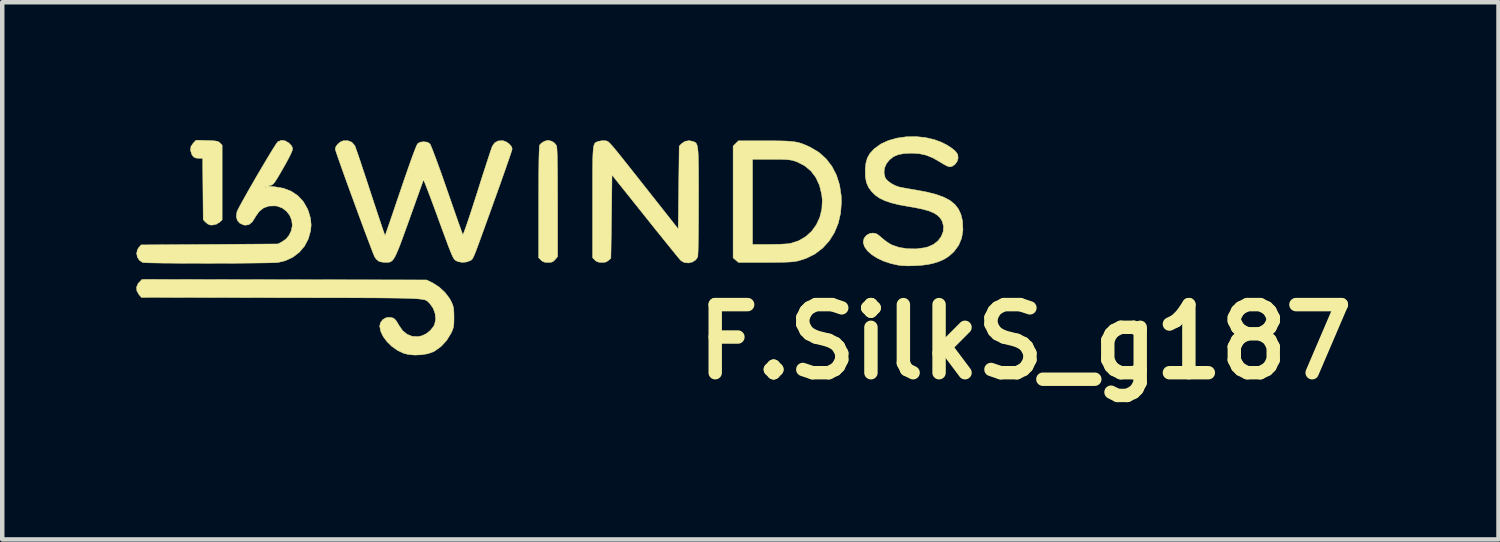
<source format=kicad_pcb>
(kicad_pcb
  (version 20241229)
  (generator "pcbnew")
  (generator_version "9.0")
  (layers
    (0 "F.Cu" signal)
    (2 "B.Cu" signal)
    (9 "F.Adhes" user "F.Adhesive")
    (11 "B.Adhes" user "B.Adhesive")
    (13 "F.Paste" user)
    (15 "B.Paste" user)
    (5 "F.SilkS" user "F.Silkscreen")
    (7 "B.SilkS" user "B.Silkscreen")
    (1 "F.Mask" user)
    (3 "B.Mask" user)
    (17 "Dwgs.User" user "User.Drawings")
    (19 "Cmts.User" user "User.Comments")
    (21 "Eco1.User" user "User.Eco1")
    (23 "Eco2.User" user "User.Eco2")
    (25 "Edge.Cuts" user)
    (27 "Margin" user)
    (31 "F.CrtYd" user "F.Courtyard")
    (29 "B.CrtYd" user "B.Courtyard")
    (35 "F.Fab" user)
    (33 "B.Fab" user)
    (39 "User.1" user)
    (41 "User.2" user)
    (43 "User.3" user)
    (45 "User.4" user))
  (footprint "F.SilkS_g187"
    (layer "F.Cu")
    (at 19.879 4.598)
    (property "Reference" "F.SilkS_g187" (at 0 0 0) (layer "F.SilkS") (effects (font (size 1.524 1.524) (thickness 0.3))))
    (attr through_hole)
    (fp_poly (pts (xy -18.299 -4.505) (xy -18.192 -4.501) (xy -18.119 -4.496) (xy -18.071 -4.487) (xy -18.038 -4.474) (xy -18.013 -4.455) (xy -18.008 -4.45) (xy -17.96 -4.402) (xy -17.96 -2.731) (xy -18.013 -2.68) (xy -18.091 -2.632) (xy -18.185 -2.613) (xy -18.238 -2.618) (xy -18.283 -2.639) (xy -18.331 -2.679) (xy -18.333 -2.68) (xy -18.383 -2.734) (xy -18.396 -4.106) (xy -18.467 -4.106) (xy -18.546 -4.113) (xy -18.598 -4.137) (xy -18.635 -4.186) (xy -18.638 -4.193) (xy -18.668 -4.287) (xy -18.657 -4.373) (xy -18.605 -4.448) (xy -18.542 -4.512) (xy -18.299 -4.505)) (stroke (width 0.01) (type solid)) (fill yes) (layer "F.SilkS"))
    (fp_poly (pts (xy -10.593 -4.491) (xy -10.525 -4.448) (xy -10.482 -4.393) (xy -10.476 -4.368) (xy -10.471 -4.318) (xy -10.467 -4.243) (xy -10.463 -4.138) (xy -10.461 -4.003) (xy -10.459 -3.834) (xy -10.457 -3.63) (xy -10.457 -3.387) (xy -10.456 -3.123) (xy -10.456 -1.908) (xy -10.511 -1.843) (xy -10.551 -1.803) (xy -10.594 -1.783) (xy -10.657 -1.778) (xy -10.671 -1.778) (xy -10.745 -1.783) (xy -10.796 -1.804) (xy -10.828 -1.83) (xy -10.88 -1.882) (xy -10.88 -3.123) (xy -10.879 -3.42) (xy -10.878 -3.679) (xy -10.876 -3.9) (xy -10.874 -4.082) (xy -10.87 -4.224) (xy -10.866 -4.326) (xy -10.862 -4.386) (xy -10.858 -4.404) (xy -10.816 -4.448) (xy -10.752 -4.487) (xy -10.685 -4.507) (xy -10.668 -4.508) (xy -10.593 -4.491)) (stroke (width 0.01) (type solid)) (fill yes) (layer "F.SilkS"))
    (fp_poly (pts (xy -5.62 -4.498) (xy -5.461 -4.496) (xy -5.331 -4.492) (xy -5.226 -4.484) (xy -5.138 -4.473) (xy -5.061 -4.457) (xy -4.989 -4.435) (xy -4.917 -4.406) (xy -4.836 -4.37) (xy -4.805 -4.355) (xy -4.614 -4.242) (xy -4.452 -4.098) (xy -4.32 -3.927) (xy -4.218 -3.73) (xy -4.148 -3.509) (xy -4.112 -3.268) (xy -4.107 -3.133) (xy -4.125 -2.885) (xy -4.178 -2.655) (xy -4.264 -2.445) (xy -4.381 -2.259) (xy -4.527 -2.099) (xy -4.7 -1.967) (xy -4.898 -1.868) (xy -5.08 -1.811) (xy -5.135 -1.801) (xy -5.204 -1.792) (xy -5.292 -1.786) (xy -5.405 -1.782) (xy -5.547 -1.78) (xy -5.725 -1.778) (xy -5.814 -1.778) (xy -6.411 -1.778) (xy -6.471 -1.829) (xy -6.53 -1.88) (xy -6.53 -4.085) (xy -6.096 -4.085) (xy -6.096 -2.18) (xy -5.727 -2.18) (xy -5.596 -2.182) (xy -5.472 -2.185) (xy -5.364 -2.191) (xy -5.282 -2.198) (xy -5.245 -2.204) (xy -5.065 -2.262) (xy -4.907 -2.354) (xy -4.773 -2.475) (xy -4.667 -2.622) (xy -4.59 -2.789) (xy -4.545 -2.974) (xy -4.535 -3.172) (xy -4.548 -3.297) (xy -4.597 -3.5) (xy -4.678 -3.675) (xy -4.789 -3.823) (xy -4.93 -3.94) (xy -5.099 -4.027) (xy -5.139 -4.041) (xy -5.19 -4.057) (xy -5.242 -4.068) (xy -5.302 -4.076) (xy -5.378 -4.081) (xy -5.479 -4.084) (xy -5.61 -4.085) (xy -5.683 -4.085) (xy -6.096 -4.085) (xy -6.53 -4.085) (xy -6.53 -4.381) (xy -6.471 -4.439) (xy -6.412 -4.498) (xy -5.815 -4.498) (xy -5.62 -4.498)) (stroke (width 0.01) (type solid)) (fill yes) (layer "F.SilkS"))
    (fp_poly (pts (xy -16.569 -1.392) (xy -13.387 -1.386) (xy -13.248 -1.318) (xy -13.107 -1.228) (xy -12.978 -1.109) (xy -12.873 -0.972) (xy -12.831 -0.894) (xy -12.805 -0.833) (xy -12.788 -0.777) (xy -12.779 -0.714) (xy -12.775 -0.63) (xy -12.774 -0.55) (xy -12.775 -0.447) (xy -12.779 -0.374) (xy -12.79 -0.316) (xy -12.808 -0.262) (xy -12.838 -0.197) (xy -12.845 -0.184) (xy -12.939 -0.032) (xy -13.061 0.1) (xy -13.2 0.201) (xy -13.244 0.224) (xy -13.362 0.265) (xy -13.503 0.288) (xy -13.652 0.294) (xy -13.794 0.282) (xy -13.9 0.255) (xy -14.036 0.19) (xy -14.162 0.102) (xy -14.27 -0.003) (xy -14.356 -0.118) (xy -14.413 -0.236) (xy -14.435 -0.35) (xy -14.435 -0.356) (xy -14.416 -0.434) (xy -14.366 -0.499) (xy -14.294 -0.54) (xy -14.235 -0.55) (xy -14.166 -0.544) (xy -14.113 -0.522) (xy -14.068 -0.475) (xy -14.02 -0.397) (xy -14.009 -0.377) (xy -13.925 -0.255) (xy -13.824 -0.171) (xy -13.709 -0.125) (xy -13.581 -0.119) (xy -13.495 -0.136) (xy -13.394 -0.183) (xy -13.302 -0.257) (xy -13.231 -0.345) (xy -13.207 -0.394) (xy -13.184 -0.51) (xy -13.196 -0.633) (xy -13.239 -0.752) (xy -13.311 -0.854) (xy -13.328 -0.872) (xy -13.343 -0.887) (xy -13.357 -0.901) (xy -13.371 -0.913) (xy -13.387 -0.924) (xy -13.408 -0.934) (xy -13.436 -0.943) (xy -13.472 -0.95) (xy -13.519 -0.957) (xy -13.578 -0.963) (xy -13.653 -0.968) (xy -13.744 -0.972) (xy -13.854 -0.976) (xy -13.985 -0.979) (xy -14.139 -0.981) (xy -14.318 -0.983) (xy -14.524 -0.985) (xy -14.759 -0.986) (xy -15.025 -0.987) (xy -15.324 -0.988) (xy -15.659 -0.988) (xy -16.031 -0.989) (xy -16.443 -0.99) (xy -16.641 -0.99) (xy -19.767 -0.996) (xy -19.821 -1.06) (xy -19.868 -1.143) (xy -19.874 -1.227) (xy -19.839 -1.306) (xy -19.813 -1.335) (xy -19.751 -1.398) (xy -16.569 -1.392)) (stroke (width 0.01) (type solid)) (fill yes) (layer "F.SilkS"))
    (fp_poly (pts (xy -7.44 -4.487) (xy -7.412 -4.478) (xy -7.388 -4.468) (xy -7.367 -4.454) (xy -7.351 -4.433) (xy -7.337 -4.401) (xy -7.326 -4.356) (xy -7.318 -4.294) (xy -7.312 -4.212) (xy -7.308 -4.106) (xy -7.305 -3.974) (xy -7.303 -3.812) (xy -7.303 -3.618) (xy -7.302 -3.387) (xy -7.303 -3.146) (xy -7.303 -2.897) (xy -7.304 -2.668) (xy -7.306 -2.463) (xy -7.308 -2.285) (xy -7.311 -2.137) (xy -7.314 -2.022) (xy -7.318 -1.942) (xy -7.322 -1.901) (xy -7.323 -1.897) (xy -7.367 -1.834) (xy -7.439 -1.788) (xy -7.525 -1.766) (xy -7.611 -1.773) (xy -7.614 -1.774) (xy -7.67 -1.801) (xy -7.699 -1.821) (xy -7.719 -1.843) (xy -7.763 -1.895) (xy -7.828 -1.974) (xy -7.912 -2.078) (xy -8.012 -2.201) (xy -8.126 -2.343) (xy -8.252 -2.499) (xy -8.387 -2.667) (xy -8.488 -2.794) (xy -9.239 -3.734) (xy -9.25 -2.804) (xy -9.253 -2.61) (xy -9.255 -2.429) (xy -9.258 -2.266) (xy -9.26 -2.126) (xy -9.262 -2.011) (xy -9.264 -1.928) (xy -9.265 -1.88) (xy -9.266 -1.869) (xy -9.323 -1.818) (xy -9.366 -1.791) (xy -9.411 -1.78) (xy -9.466 -1.778) (xy -9.541 -1.784) (xy -9.592 -1.805) (xy -9.621 -1.83) (xy -9.673 -1.882) (xy -9.673 -3.127) (xy -9.673 -3.395) (xy -9.673 -3.625) (xy -9.673 -3.818) (xy -9.671 -3.979) (xy -9.669 -4.11) (xy -9.665 -4.214) (xy -9.659 -4.296) (xy -9.652 -4.357) (xy -9.642 -4.402) (xy -9.629 -4.433) (xy -9.613 -4.453) (xy -9.594 -4.467) (xy -9.571 -4.476) (xy -9.544 -4.485) (xy -9.534 -4.488) (xy -9.461 -4.501) (xy -9.388 -4.499) (xy -9.386 -4.499) (xy -9.369 -4.496) (xy -9.355 -4.493) (xy -9.34 -4.486) (xy -9.322 -4.475) (xy -9.299 -4.455) (xy -9.271 -4.426) (xy -9.233 -4.384) (xy -9.185 -4.327) (xy -9.124 -4.253) (xy -9.049 -4.16) (xy -8.957 -4.044) (xy -8.846 -3.905) (xy -8.714 -3.738) (xy -8.56 -3.543) (xy -8.424 -3.371) (xy -7.758 -2.527) (xy -7.747 -3.452) (xy -7.736 -4.378) (xy -7.686 -4.432) (xy -7.608 -4.486) (xy -7.516 -4.502) (xy -7.44 -4.487)) (stroke (width 0.01) (type solid)) (fill yes) (layer "F.SilkS"))
    (fp_poly (pts (xy -16.554 -4.5) (xy -16.472 -4.452) (xy -16.452 -4.434) (xy -16.406 -4.383) (xy -16.387 -4.341) (xy -16.388 -4.295) (xy -16.389 -4.291) (xy -16.403 -4.252) (xy -16.435 -4.183) (xy -16.481 -4.092) (xy -16.539 -3.985) (xy -16.604 -3.871) (xy -16.605 -3.869) (xy -16.676 -3.746) (xy -16.73 -3.656) (xy -16.771 -3.591) (xy -16.803 -3.549) (xy -16.829 -3.523) (xy -16.854 -3.508) (xy -16.881 -3.5) (xy -16.887 -3.499) (xy -16.919 -3.491) (xy -16.922 -3.485) (xy -16.893 -3.479) (xy -16.828 -3.473) (xy -16.784 -3.47) (xy -16.588 -3.437) (xy -16.415 -3.37) (xy -16.266 -3.27) (xy -16.144 -3.139) (xy -16.052 -2.978) (xy -16.029 -2.921) (xy -15.983 -2.763) (xy -15.969 -2.617) (xy -15.98 -2.491) (xy -16.031 -2.307) (xy -16.116 -2.144) (xy -16.233 -2.006) (xy -16.378 -1.895) (xy -16.546 -1.817) (xy -16.701 -1.779) (xy -16.746 -1.775) (xy -16.828 -1.771) (xy -16.942 -1.768) (xy -17.084 -1.766) (xy -17.25 -1.764) (xy -17.436 -1.762) (xy -17.637 -1.76) (xy -17.849 -1.759) (xy -18.069 -1.759) (xy -18.291 -1.758) (xy -18.512 -1.759) (xy -18.727 -1.759) (xy -18.933 -1.76) (xy -19.124 -1.762) (xy -19.297 -1.763) (xy -19.448 -1.766) (xy -19.572 -1.768) (xy -19.665 -1.771) (xy -19.723 -1.775) (xy -19.74 -1.778) (xy -19.812 -1.827) (xy -19.857 -1.898) (xy -19.872 -1.981) (xy -19.854 -2.063) (xy -19.824 -2.11) (xy -19.773 -2.17) (xy -18.242 -2.18) (xy -16.711 -2.191) (xy -16.623 -2.238) (xy -16.53 -2.302) (xy -16.462 -2.386) (xy -16.413 -2.487) (xy -16.39 -2.604) (xy -16.403 -2.721) (xy -16.448 -2.83) (xy -16.521 -2.924) (xy -16.616 -2.996) (xy -16.729 -3.037) (xy -16.772 -3.043) (xy -16.911 -3.039) (xy -17.029 -2.999) (xy -17.128 -2.922) (xy -17.211 -2.807) (xy -17.23 -2.772) (xy -17.291 -2.679) (xy -17.36 -2.625) (xy -17.439 -2.611) (xy -17.481 -2.617) (xy -17.566 -2.656) (xy -17.621 -2.721) (xy -17.643 -2.806) (xy -17.629 -2.906) (xy -17.625 -2.916) (xy -17.607 -2.958) (xy -17.57 -3.03) (xy -17.517 -3.126) (xy -17.452 -3.243) (xy -17.378 -3.375) (xy -17.329 -3.461) (xy -16.997 -3.461) (xy -16.986 -3.45) (xy -16.976 -3.461) (xy -16.986 -3.471) (xy -16.997 -3.461) (xy -17.329 -3.461) (xy -17.296 -3.517) (xy -17.211 -3.666) (xy -17.124 -3.814) (xy -17.038 -3.959) (xy -16.957 -4.096) (xy -16.883 -4.218) (xy -16.819 -4.323) (xy -16.767 -4.404) (xy -16.731 -4.457) (xy -16.714 -4.477) (xy -16.636 -4.509) (xy -16.554 -4.5)) (stroke (width 0.01) (type solid)) (fill yes) (layer "F.SilkS"))
    (fp_poly (pts (xy -2.234 -4.572) (xy -2.028 -4.525) (xy -1.866 -4.464) (xy -1.743 -4.401) (xy -1.638 -4.333) (xy -1.558 -4.265) (xy -1.511 -4.202) (xy -1.505 -4.189) (xy -1.497 -4.11) (xy -1.521 -4.033) (xy -1.57 -3.968) (xy -1.635 -3.926) (xy -1.687 -3.916) (xy -1.725 -3.927) (xy -1.788 -3.957) (xy -1.862 -4) (xy -1.894 -4.02) (xy -2.056 -4.114) (xy -2.208 -4.176) (xy -2.364 -4.211) (xy -2.537 -4.222) (xy -2.54 -4.222) (xy -2.705 -4.214) (xy -2.837 -4.189) (xy -2.943 -4.144) (xy -3.03 -4.075) (xy -3.099 -3.99) (xy -3.143 -3.892) (xy -3.154 -3.784) (xy -3.131 -3.681) (xy -3.122 -3.662) (xy -3.078 -3.608) (xy -3.005 -3.552) (xy -2.917 -3.502) (xy -2.833 -3.47) (xy -2.787 -3.459) (xy -2.709 -3.444) (xy -2.608 -3.426) (xy -2.493 -3.406) (xy -2.437 -3.397) (xy -2.192 -3.351) (xy -1.986 -3.298) (xy -1.815 -3.236) (xy -1.678 -3.163) (xy -1.571 -3.077) (xy -1.492 -2.975) (xy -1.436 -2.857) (xy -1.402 -2.72) (xy -1.398 -2.693) (xy -1.389 -2.5) (xy -1.418 -2.322) (xy -1.484 -2.163) (xy -1.588 -2.022) (xy -1.625 -1.986) (xy -1.72 -1.906) (xy -1.817 -1.845) (xy -1.932 -1.796) (xy -2.056 -1.757) (xy -2.173 -1.732) (xy -2.317 -1.714) (xy -2.474 -1.704) (xy -2.629 -1.701) (xy -2.766 -1.708) (xy -2.826 -1.715) (xy -3.001 -1.753) (xy -3.163 -1.807) (xy -3.308 -1.875) (xy -3.431 -1.954) (xy -3.527 -2.04) (xy -3.591 -2.13) (xy -3.619 -2.221) (xy -3.619 -2.238) (xy -3.6 -2.319) (xy -3.548 -2.384) (xy -3.473 -2.425) (xy -3.41 -2.434) (xy -3.36 -2.43) (xy -3.315 -2.414) (xy -3.264 -2.378) (xy -3.204 -2.326) (xy -3.127 -2.263) (xy -3.044 -2.206) (xy -2.976 -2.168) (xy -2.813 -2.113) (xy -2.628 -2.084) (xy -2.436 -2.081) (xy -2.249 -2.106) (xy -2.17 -2.126) (xy -2.047 -2.181) (xy -1.947 -2.26) (xy -1.874 -2.358) (xy -1.831 -2.467) (xy -1.822 -2.581) (xy -1.851 -2.694) (xy -1.855 -2.702) (xy -1.899 -2.774) (xy -1.961 -2.835) (xy -2.044 -2.886) (xy -2.154 -2.931) (xy -2.294 -2.97) (xy -2.47 -3.006) (xy -2.593 -3.027) (xy -2.808 -3.065) (xy -2.985 -3.108) (xy -3.131 -3.157) (xy -3.251 -3.214) (xy -3.349 -3.282) (xy -3.429 -3.36) (xy -3.501 -3.458) (xy -3.547 -3.564) (xy -3.571 -3.688) (xy -3.574 -3.84) (xy -3.574 -3.861) (xy -3.559 -4.002) (xy -3.527 -4.115) (xy -3.472 -4.212) (xy -3.387 -4.306) (xy -3.364 -4.327) (xy -3.224 -4.428) (xy -3.055 -4.505) (xy -2.864 -4.559) (xy -2.659 -4.588) (xy -2.446 -4.593) (xy -2.234 -4.572)) (stroke (width 0.01) (type solid)) (fill yes) (layer "F.SilkS"))
    (fp_poly (pts (xy -11.671 -4.499) (xy -11.602 -4.473) (xy -11.538 -4.427) (xy -11.491 -4.373) (xy -11.472 -4.32) (xy -11.472 -4.319) (xy -11.479 -4.291) (xy -11.499 -4.227) (xy -11.531 -4.131) (xy -11.574 -4.007) (xy -11.625 -3.859) (xy -11.685 -3.69) (xy -11.75 -3.505) (xy -11.821 -3.307) (xy -11.852 -3.222) (xy -11.947 -2.956) (xy -12.03 -2.727) (xy -12.1 -2.532) (xy -12.16 -2.368) (xy -12.209 -2.233) (xy -12.25 -2.123) (xy -12.282 -2.036) (xy -12.309 -1.969) (xy -12.33 -1.92) (xy -12.347 -1.884) (xy -12.36 -1.86) (xy -12.372 -1.845) (xy -12.383 -1.835) (xy -12.394 -1.828) (xy -12.406 -1.822) (xy -12.412 -1.818) (xy -12.497 -1.787) (xy -12.596 -1.78) (xy -12.689 -1.798) (xy -12.722 -1.814) (xy -12.739 -1.824) (xy -12.755 -1.837) (xy -12.771 -1.854) (xy -12.787 -1.879) (xy -12.807 -1.917) (xy -12.83 -1.97) (xy -12.859 -2.041) (xy -12.896 -2.134) (xy -12.94 -2.253) (xy -12.995 -2.401) (xy -13.061 -2.581) (xy -13.14 -2.797) (xy -13.157 -2.845) (xy -13.221 -3.018) (xy -13.28 -3.177) (xy -13.333 -3.318) (xy -13.379 -3.437) (xy -13.415 -3.531) (xy -13.442 -3.593) (xy -13.455 -3.622) (xy -13.457 -3.623) (xy -13.466 -3.599) (xy -13.487 -3.539) (xy -13.52 -3.448) (xy -13.562 -3.329) (xy -13.613 -3.188) (xy -13.67 -3.027) (xy -13.733 -2.853) (xy -13.77 -2.747) (xy -13.85 -2.526) (xy -13.917 -2.341) (xy -13.973 -2.189) (xy -14.021 -2.068) (xy -14.062 -1.973) (xy -14.097 -1.901) (xy -14.129 -1.85) (xy -14.16 -1.815) (xy -14.191 -1.794) (xy -14.224 -1.783) (xy -14.261 -1.779) (xy -14.304 -1.778) (xy -14.376 -1.784) (xy -14.439 -1.798) (xy -14.456 -1.805) (xy -14.503 -1.842) (xy -14.544 -1.894) (xy -14.544 -1.894) (xy -14.559 -1.928) (xy -14.587 -1.995) (xy -14.625 -2.094) (xy -14.672 -2.218) (xy -14.727 -2.364) (xy -14.789 -2.528) (xy -14.854 -2.705) (xy -14.923 -2.892) (xy -14.993 -3.083) (xy -15.063 -3.274) (xy -15.132 -3.462) (xy -15.197 -3.641) (xy -15.257 -3.809) (xy -15.31 -3.959) (xy -15.356 -4.089) (xy -15.392 -4.193) (xy -15.417 -4.268) (xy -15.429 -4.31) (xy -15.431 -4.316) (xy -15.413 -4.372) (xy -15.367 -4.43) (xy -15.307 -4.477) (xy -15.251 -4.499) (xy -15.148 -4.501) (xy -15.062 -4.468) (xy -15 -4.401) (xy -14.986 -4.374) (xy -14.972 -4.336) (xy -14.946 -4.263) (xy -14.91 -4.158) (xy -14.865 -4.026) (xy -14.814 -3.871) (xy -14.756 -3.698) (xy -14.695 -3.511) (xy -14.635 -3.329) (xy -14.572 -3.137) (xy -14.513 -2.959) (xy -14.459 -2.797) (xy -14.412 -2.656) (xy -14.373 -2.54) (xy -14.343 -2.452) (xy -14.323 -2.397) (xy -14.315 -2.378) (xy -14.315 -2.378) (xy -14.308 -2.399) (xy -14.287 -2.456) (xy -14.257 -2.545) (xy -14.216 -2.663) (xy -14.167 -2.806) (xy -14.111 -2.97) (xy -14.05 -3.151) (xy -13.984 -3.345) (xy -13.969 -3.388) (xy -13.891 -3.619) (xy -13.819 -3.826) (xy -13.755 -4.007) (xy -13.7 -4.16) (xy -13.654 -4.282) (xy -13.619 -4.37) (xy -13.595 -4.422) (xy -13.587 -4.434) (xy -13.533 -4.467) (xy -13.452 -4.477) (xy -13.451 -4.477) (xy -13.37 -4.467) (xy -13.315 -4.434) (xy -13.315 -4.434) (xy -13.299 -4.405) (xy -13.27 -4.338) (xy -13.231 -4.237) (xy -13.181 -4.105) (xy -13.122 -3.945) (xy -13.055 -3.759) (xy -12.982 -3.551) (xy -12.933 -3.41) (xy -12.865 -3.215) (xy -12.801 -3.031) (xy -12.743 -2.864) (xy -12.691 -2.716) (xy -12.647 -2.592) (xy -12.612 -2.495) (xy -12.589 -2.43) (xy -12.577 -2.401) (xy -12.577 -2.4) (xy -12.567 -2.413) (xy -12.547 -2.464) (xy -12.515 -2.549) (xy -12.475 -2.666) (xy -12.426 -2.811) (xy -12.37 -2.981) (xy -12.308 -3.174) (xy -12.256 -3.335) (xy -12.194 -3.532) (xy -12.135 -3.718) (xy -12.079 -3.89) (xy -12.029 -4.043) (xy -11.987 -4.173) (xy -11.953 -4.275) (xy -11.928 -4.345) (xy -11.916 -4.379) (xy -11.861 -4.455) (xy -11.784 -4.496) (xy -11.687 -4.501) (xy -11.671 -4.499)) (stroke (width 0.01) (type solid)) (fill yes) (layer "F.SilkS")))
  (gr_rect
    (start -3 -3)
    (end 30.47 9.016)
    (stroke (width 0.1) (type default))
    (fill no)
    (layer "Edge.Cuts")))
</source>
